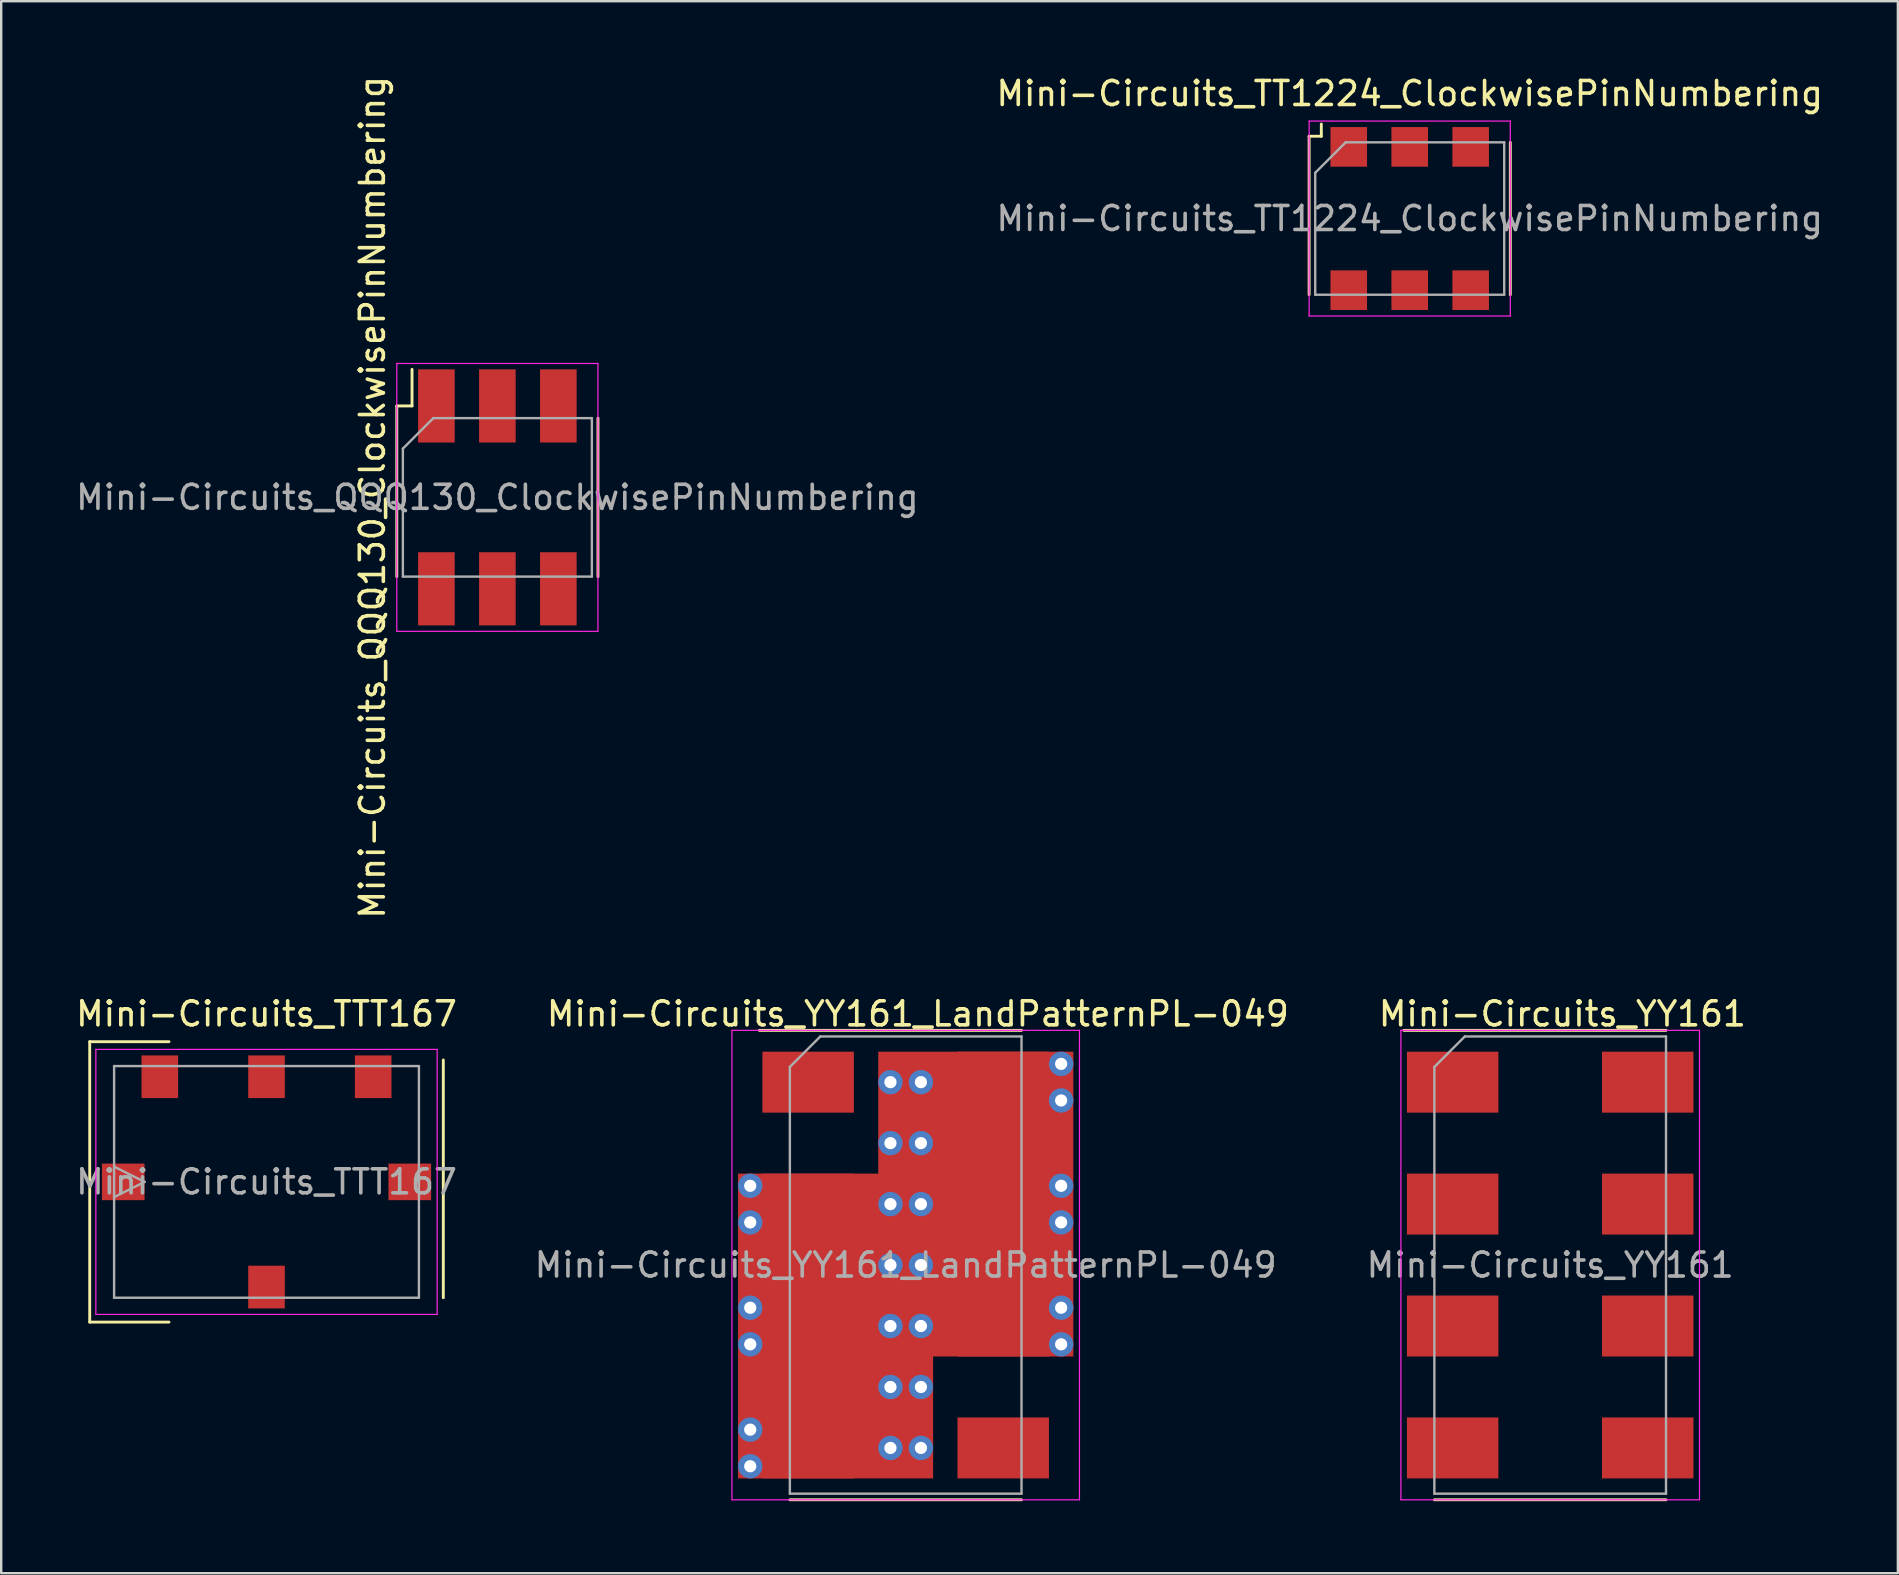
<source format=kicad_pcb>
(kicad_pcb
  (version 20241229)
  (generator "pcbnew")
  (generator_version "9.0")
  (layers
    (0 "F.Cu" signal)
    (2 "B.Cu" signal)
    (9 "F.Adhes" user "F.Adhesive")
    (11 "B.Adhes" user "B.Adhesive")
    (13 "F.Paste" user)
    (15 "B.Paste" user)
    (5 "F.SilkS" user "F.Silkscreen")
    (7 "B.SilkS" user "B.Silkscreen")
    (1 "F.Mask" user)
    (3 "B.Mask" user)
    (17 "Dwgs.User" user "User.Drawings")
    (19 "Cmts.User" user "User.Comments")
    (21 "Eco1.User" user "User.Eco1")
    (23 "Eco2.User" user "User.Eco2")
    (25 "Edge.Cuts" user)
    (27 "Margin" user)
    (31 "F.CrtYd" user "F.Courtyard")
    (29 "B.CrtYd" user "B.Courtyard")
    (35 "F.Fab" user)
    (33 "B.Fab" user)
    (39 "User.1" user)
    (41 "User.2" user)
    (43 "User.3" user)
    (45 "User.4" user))
  (footprint "Mini-Circuits_TT1224_ClockwisePinNumbering"
    (layer "F.Cu")
    (at 55.685 6.055)
    (property "Reference" "Mini-Circuits_TT1224_ClockwisePinNumbering" (at 0 -5.207 0) (layer "F.SilkS") (effects (font (size 1 1) (thickness 0.15))))
    (attr smd)
    (fp_line (start -4.191 -3.429) (end -3.683 -3.429) (stroke (width 0.12) (type solid)) (layer "F.SilkS"))
    (fp_line (start -4.191 3.175) (end -4.191 -3.429) (stroke (width 0.12) (type solid)) (layer "F.SilkS"))
    (fp_line (start -3.683 -3.429) (end -3.683 -3.937) (stroke (width 0.12) (type solid)) (layer "F.SilkS"))
    (fp_line (start 4.191 -3.175) (end 4.191 3.175) (stroke (width 0.12) (type solid)) (layer "F.SilkS"))
    (fp_line (start -4.19 -4.06) (end -4.19 4.06) (stroke (width 0.05) (type solid)) (layer "F.CrtYd"))
    (fp_line (start -4.19 -4.06) (end 4.19 -4.06) (stroke (width 0.05) (type solid)) (layer "F.CrtYd"))
    (fp_line (start 4.19 4.06) (end -4.19 4.06) (stroke (width 0.05) (type solid)) (layer "F.CrtYd"))
    (fp_line (start 4.19 4.06) (end 4.19 -4.06) (stroke (width 0.05) (type solid)) (layer "F.CrtYd"))
    (fp_line (start -3.937 3.175) (end -3.937 -1.905) (stroke (width 0.1) (type solid)) (layer "F.Fab"))
    (fp_line (start -2.667 -3.175) (end -3.937 -1.905) (stroke (width 0.1) (type solid)) (layer "F.Fab"))
    (fp_line (start -2.667 -3.175) (end 3.937 -3.175) (stroke (width 0.1) (type solid)) (layer "F.Fab"))
    (fp_line (start 3.937 3.175) (end -3.937 3.175) (stroke (width 0.1) (type solid)) (layer "F.Fab"))
    (fp_line (start 3.937 3.175) (end 3.937 -3.175) (stroke (width 0.1) (type solid)) (layer "F.Fab"))
    (fp_text user "${REFERENCE}" (at 0 0 180) (layer "F.Fab") (effects (font (size 1 1) (thickness 0.15))))
    (pad "1" smd rect (at -2.54 -2.985 270) (size 1.651 1.524) (layers "F.Cu" "F.Mask" "F.Paste"))
    (pad "2" smd rect (at 0 -2.985 270) (size 1.651 1.524) (layers "F.Cu" "F.Mask" "F.Paste"))
    (pad "3" smd rect (at 2.54 -2.985 270) (size 1.651 1.524) (layers "F.Cu" "F.Mask" "F.Paste"))
    (pad "4" smd rect (at 2.54 2.985 90) (size 1.651 1.524) (layers "F.Cu" "F.Mask" "F.Paste"))
    (pad "5" smd rect (at 0 2.985 90) (size 1.651 1.524) (layers "F.Cu" "F.Mask" "F.Paste"))
    (pad "6" smd rect (at -2.54 2.985 90) (size 1.651 1.524) (layers "F.Cu" "F.Mask" "F.Paste")))
  (footprint "Mini-Circuits_YY161"
    (layer "F.Cu")
    (at 61.538 49.658)
    (property "Reference" "Mini-Circuits_YY161" (at 0.508 -10.465 0) (layer "F.SilkS") (effects (font (size 1 1) (thickness 0.15))))
    (attr smd)
    (fp_line (start -4.826 9.779) (end 4.826 9.779) (stroke (width 0.12) (type solid)) (layer "F.SilkS"))
    (fp_line (start 4.826 -9.779) (end -6.096 -9.779) (stroke (width 0.12) (type solid)) (layer "F.SilkS"))
    (fp_line (start -6.22 -9.78) (end -6.22 9.78) (stroke (width 0.05) (type solid)) (layer "F.CrtYd"))
    (fp_line (start -6.22 -9.78) (end 6.22 -9.78) (stroke (width 0.05) (type solid)) (layer "F.CrtYd"))
    (fp_line (start 6.22 9.78) (end -6.22 9.78) (stroke (width 0.05) (type solid)) (layer "F.CrtYd"))
    (fp_line (start 6.22 9.78) (end 6.22 -9.78) (stroke (width 0.05) (type solid)) (layer "F.CrtYd"))
    (fp_line (start -4.826 -8.255) (end -4.826 9.525) (stroke (width 0.1) (type solid)) (layer "F.Fab"))
    (fp_line (start -3.556 -9.525) (end -4.826 -8.255) (stroke (width 0.1) (type solid)) (layer "F.Fab"))
    (fp_line (start 4.826 -9.525) (end -3.556 -9.525) (stroke (width 0.1) (type solid)) (layer "F.Fab"))
    (fp_line (start 4.826 9.525) (end -4.826 9.525) (stroke (width 0.1) (type solid)) (layer "F.Fab"))
    (fp_line (start 4.826 9.525) (end 4.826 -9.525) (stroke (width 0.1) (type solid)) (layer "F.Fab"))
    (fp_text user "${REFERENCE}" (at 0 0 0) (layer "F.Fab") (effects (font (size 1 1) (thickness 0.15))))
    (pad "1" smd rect (at -4.064 -7.62 270) (size 2.54 3.81) (layers "F.Cu" "F.Mask" "F.Paste"))
    (pad "2" smd rect (at 4.064 -7.62 270) (size 2.54 3.81) (layers "F.Cu" "F.Mask" "F.Paste"))
    (pad "3" smd rect (at -4.064 -2.54 270) (size 2.54 3.81) (layers "F.Cu" "F.Mask" "F.Paste"))
    (pad "4" smd rect (at 4.064 -2.54 270) (size 2.54 3.81) (layers "F.Cu" "F.Mask" "F.Paste"))
    (pad "5" smd rect (at -4.064 2.54 270) (size 2.54 3.81) (layers "F.Cu" "F.Mask" "F.Paste"))
    (pad "6" smd rect (at 4.064 2.54 270) (size 2.54 3.81) (layers "F.Cu" "F.Mask" "F.Paste"))
    (pad "7" smd rect (at -4.064 7.62 270) (size 2.54 3.81) (layers "F.Cu" "F.Mask" "F.Paste"))
    (pad "8" smd rect (at 4.064 7.62 270) (size 2.54 3.81) (layers "F.Cu" "F.Mask" "F.Paste")))
  (footprint "Mini-Circuits_TTT167"
    (layer "F.Cu")
    (at 8.054 46.193)
    (property "Reference" "Mini-Circuits_TTT167" (at 0 -7 180) (layer "F.SilkS") (effects (font (size 1 1) (thickness 0.15))))
    (attr smd)
    (fp_line (start -7.366 -5.842) (end -7.366 5.842) (stroke (width 0.12) (type solid)) (layer "F.SilkS"))
    (fp_line (start -7.366 5.842) (end -4.064 5.842) (stroke (width 0.12) (type solid)) (layer "F.SilkS"))
    (fp_line (start -4.064 -5.842) (end -7.366 -5.842) (stroke (width 0.12) (type solid)) (layer "F.SilkS"))
    (fp_line (start 7.366 4.826) (end 7.366 -5.08) (stroke (width 0.12) (type solid)) (layer "F.SilkS"))
    (fp_line (start -7.11 -5.52) (end -7.11 5.52) (stroke (width 0.05) (type solid)) (layer "F.CrtYd"))
    (fp_line (start -7.11 -5.52) (end 7.11 -5.52) (stroke (width 0.05) (type solid)) (layer "F.CrtYd"))
    (fp_line (start 7.11 5.52) (end -7.11 5.52) (stroke (width 0.05) (type solid)) (layer "F.CrtYd"))
    (fp_line (start 7.11 5.52) (end 7.11 -5.52) (stroke (width 0.05) (type solid)) (layer "F.CrtYd"))
    (fp_line (start -6.35 -4.826) (end 6.35 -4.826) (stroke (width 0.1) (type solid)) (layer "F.Fab"))
    (fp_line (start -6.35 -0.635) (end -5.08 0) (stroke (width 0.1) (type solid)) (layer "F.Fab"))
    (fp_line (start -6.35 4.826) (end -6.35 -4.826) (stroke (width 0.1) (type solid)) (layer "F.Fab"))
    (fp_line (start -5.08 0) (end -6.35 0.635) (stroke (width 0.1) (type solid)) (layer "F.Fab"))
    (fp_line (start 6.35 -4.826) (end 6.35 4.826) (stroke (width 0.1) (type solid)) (layer "F.Fab"))
    (fp_line (start 6.35 4.826) (end -6.35 4.826) (stroke (width 0.1) (type solid)) (layer "F.Fab"))
    (fp_text user "${REFERENCE}" (at 0 0 180) (layer "F.Fab") (effects (font (size 1 1) (thickness 0.15))))
    (pad "1" smd rect (at -5.969 0) (size 1.778 1.524) (layers "F.Cu" "F.Mask" "F.Paste"))
    (pad "2" smd rect (at 5.969 0 180) (size 1.778 1.524) (layers "F.Cu" "F.Mask" "F.Paste"))
    (pad "3" smd rect (at 0 -4.381 270) (size 1.778 1.524) (layers "F.Cu" "F.Mask" "F.Paste"))
    (pad "4" smd rect (at 0 4.381 90) (size 1.778 1.524) (layers "F.Cu" "F.Mask" "F.Paste"))
    (pad "5" smd rect (at 4.445 -4.381 270) (size 1.778 1.524) (layers "F.Cu" "F.Mask" "F.Paste"))
    (pad "6" smd rect (at -4.445 -4.381 270) (size 1.778 1.524) (layers "F.Cu" "F.Mask" "F.Paste")))
  (footprint "Mini-Circuits_YY161_LandPatternPL-049"
    (layer "F.Cu")
    (at 34.685 49.658)
    (property "Reference" "Mini-Circuits_YY161_LandPatternPL-049" (at 0.508 -10.465 0) (layer "F.SilkS") (effects (font (size 1 1) (thickness 0.15))))
    (attr smd)
    (fp_line (start -4.826 9.779) (end 4.826 9.779) (stroke (width 0.12) (type solid)) (layer "F.SilkS"))
    (fp_line (start 4.826 -9.779) (end -6.096 -9.779) (stroke (width 0.12) (type solid)) (layer "F.SilkS"))
    (fp_line (start -7.24 -9.78) (end -7.24 9.78) (stroke (width 0.05) (type solid)) (layer "F.CrtYd"))
    (fp_line (start -7.24 -9.78) (end 7.24 -9.78) (stroke (width 0.05) (type solid)) (layer "F.CrtYd"))
    (fp_line (start 7.24 9.78) (end -7.24 9.78) (stroke (width 0.05) (type solid)) (layer "F.CrtYd"))
    (fp_line (start 7.24 9.78) (end 7.24 -9.78) (stroke (width 0.05) (type solid)) (layer "F.CrtYd"))
    (fp_line (start -4.826 -8.255) (end -4.826 9.525) (stroke (width 0.1) (type solid)) (layer "F.Fab"))
    (fp_line (start -3.556 -9.525) (end -4.826 -8.255) (stroke (width 0.1) (type solid)) (layer "F.Fab"))
    (fp_line (start 4.826 -9.525) (end -3.556 -9.525) (stroke (width 0.1) (type solid)) (layer "F.Fab"))
    (fp_line (start 4.826 9.525) (end -4.826 9.525) (stroke (width 0.1) (type solid)) (layer "F.Fab"))
    (fp_line (start 4.826 9.525) (end 4.826 -9.525) (stroke (width 0.1) (type solid)) (layer "F.Fab"))
    (fp_text user "${REFERENCE}" (at 0 0 0) (layer "F.Fab") (effects (font (size 1 1) (thickness 0.15))))
    (pad "1" smd rect (at -4.064 -7.62 270) (size 2.54 3.81) (layers "F.Cu" "F.Mask" "F.Paste"))
    (pad "2" thru_hole circle (at -6.477 -3.302 270) (size 1.016 1.016) (drill 0.508) (layers "*.Cu"))
    (pad "2" thru_hole circle (at -6.477 -1.778 270) (size 1.016 1.016) (drill 0.508) (layers "*.Cu"))
    (pad "2" thru_hole circle (at -6.477 1.778 270) (size 1.016 1.016) (drill 0.508) (layers "*.Cu"))
    (pad "2" thru_hole circle (at -6.477 3.302 270) (size 1.016 1.016) (drill 0.508) (layers "*.Cu"))
    (pad "2" thru_hole circle (at -6.477 6.858 270) (size 1.016 1.016) (drill 0.508) (layers "*.Cu"))
    (pad "2" thru_hole circle (at -6.477 8.382 270) (size 1.016 1.016) (drill 0.508) (layers "*.Cu"))
    (pad "2" smd rect (at -2.921 2.54 270) (size 12.7 8.128) (layers "F.Cu"))
    (pad "2" thru_hole circle (at -0.635 -7.62 270) (size 1.016 1.016) (drill 0.508) (layers "*.Cu"))
    (pad "2" thru_hole circle (at -0.635 -5.08 270) (size 1.016 1.016) (drill 0.508) (layers "*.Cu"))
    (pad "2" thru_hole circle (at -0.635 -2.54 270) (size 1.016 1.016) (drill 0.508) (layers "*.Cu"))
    (pad "2" thru_hole circle (at -0.635 0 270) (size 1.016 1.016) (drill 0.508) (layers "*.Cu"))
    (pad "2" thru_hole circle (at -0.635 2.54 270) (size 1.016 1.016) (drill 0.508) (layers "*.Cu"))
    (pad "2" thru_hole circle (at -0.635 5.08 270) (size 1.016 1.016) (drill 0.508) (layers "*.Cu"))
    (pad "2" thru_hole circle (at -0.635 7.62 270) (size 1.016 1.016) (drill 0.508) (layers "*.Cu"))
    (pad "2" thru_hole circle (at 0.635 -7.62 270) (size 1.016 1.016) (drill 0.508) (layers "*.Cu"))
    (pad "2" thru_hole circle (at 0.635 -5.08 270) (size 1.016 1.016) (drill 0.508) (layers "*.Cu"))
    (pad "2" thru_hole circle (at 0.635 -2.54 270) (size 1.016 1.016) (drill 0.508) (layers "*.Cu"))
    (pad "2" thru_hole circle (at 0.635 0 270) (size 1.016 1.016) (drill 0.508) (layers "*.Cu"))
    (pad "2" thru_hole circle (at 0.635 2.54 270) (size 1.016 1.016) (drill 0.508) (layers "*.Cu"))
    (pad "2" thru_hole circle (at 0.635 5.08 270) (size 1.016 1.016) (drill 0.508) (layers "*.Cu"))
    (pad "2" thru_hole circle (at 0.635 7.62 270) (size 1.016 1.016) (drill 0.508) (layers "*.Cu"))
    (pad "2" smd rect (at 2.921 -2.54 270) (size 12.7 8.128) (layers "F.Cu"))
    (pad "2" smd rect (at 4.064 -7.62 270) (size 2.54 3.81) (layers "F.Cu" "F.Mask" "F.Paste"))
    (pad "2" thru_hole circle (at 6.477 -8.382 270) (size 1.016 1.016) (drill 0.508) (layers "*.Cu"))
    (pad "2" thru_hole circle (at 6.477 -6.858 270) (size 1.016 1.016) (drill 0.508) (layers "*.Cu"))
    (pad "2" thru_hole circle (at 6.477 -3.302 270) (size 1.016 1.016) (drill 0.508) (layers "*.Cu"))
    (pad "2" thru_hole circle (at 6.477 -1.778 270) (size 1.016 1.016) (drill 0.508) (layers "*.Cu"))
    (pad "2" thru_hole circle (at 6.477 1.778 270) (size 1.016 1.016) (drill 0.508) (layers "*.Cu"))
    (pad "2" thru_hole circle (at 6.477 3.302 270) (size 1.016 1.016) (drill 0.508) (layers "*.Cu"))
    (pad "3" smd rect (at -4.064 -2.54 270) (size 2.54 3.81) (layers "F.Cu" "F.Mask" "F.Paste"))
    (pad "4" smd rect (at 4.064 -2.54 270) (size 2.54 3.81) (layers "F.Cu" "F.Mask" "F.Paste"))
    (pad "5" smd rect (at -4.064 2.54 270) (size 2.54 3.81) (layers "F.Cu" "F.Mask" "F.Paste"))
    (pad "6" smd rect (at 4.064 2.54 270) (size 2.54 3.81) (layers "F.Cu" "F.Mask" "F.Paste"))
    (pad "7" smd rect (at -4.064 7.62 270) (size 2.54 3.81) (layers "F.Cu" "F.Mask" "F.Paste"))
    (pad "8" smd rect (at 4.064 7.62 270) (size 2.54 3.81) (layers "F.Cu" "F.Mask" "F.Paste")))
  (footprint "Mini-Circuits_QQQ130_ClockwisePinNumbering"
    (layer "F.Cu")
    (at 17.673 17.673)
    (property "Reference" "Mini-Circuits_QQQ130_ClockwisePinNumbering" (at -5.207 0 90) (layer "F.SilkS") (effects (font (size 1 1) (thickness 0.15))))
    (attr smd)
    (fp_line (start -4.191 -3.81) (end -4.191 3.302) (stroke (width 0.12) (type solid)) (layer "F.SilkS"))
    (fp_line (start -3.556 -3.81) (end -4.191 -3.81) (stroke (width 0.12) (type solid)) (layer "F.SilkS"))
    (fp_line (start -3.556 -3.81) (end -3.556 -5.334) (stroke (width 0.12) (type solid)) (layer "F.SilkS"))
    (fp_line (start 4.191 -3.302) (end 4.191 3.302) (stroke (width 0.12) (type solid)) (layer "F.SilkS"))
    (fp_line (start -4.19 5.58) (end -4.19 -5.58) (stroke (width 0.05) (type solid)) (layer "F.CrtYd"))
    (fp_line (start -4.19 5.58) (end 4.19 5.58) (stroke (width 0.05) (type solid)) (layer "F.CrtYd"))
    (fp_line (start 4.19 -5.58) (end -4.19 -5.58) (stroke (width 0.05) (type solid)) (layer "F.CrtYd"))
    (fp_line (start 4.19 -5.58) (end 4.19 5.58) (stroke (width 0.05) (type solid)) (layer "F.CrtYd"))
    (fp_line (start -3.937 3.302) (end -3.937 -2.032) (stroke (width 0.1) (type solid)) (layer "F.Fab"))
    (fp_line (start -3.937 3.302) (end 3.937 3.302) (stroke (width 0.1) (type solid)) (layer "F.Fab"))
    (fp_line (start -2.667 -3.302) (end -3.937 -2.032) (stroke (width 0.1) (type solid)) (layer "F.Fab"))
    (fp_line (start 3.937 -3.302) (end -2.667 -3.302) (stroke (width 0.1) (type solid)) (layer "F.Fab"))
    (fp_line (start 3.937 -3.302) (end 3.937 3.302) (stroke (width 0.1) (type solid)) (layer "F.Fab"))
    (fp_text user "${REFERENCE}" (at 0 0 180) (layer "F.Fab") (effects (font (size 1 1) (thickness 0.15))))
    (pad "1" smd rect (at -2.54 -3.81) (size 1.524 3.048) (layers "F.Cu" "F.Mask" "F.Paste"))
    (pad "2" smd rect (at 0 -3.81) (size 1.524 3.048) (layers "F.Cu" "F.Mask" "F.Paste"))
    (pad "3" smd rect (at 2.54 -3.81) (size 1.524 3.048) (layers "F.Cu" "F.Mask" "F.Paste"))
    (pad "4" smd rect (at 2.54 3.81) (size 1.524 3.048) (layers "F.Cu" "F.Mask" "F.Paste"))
    (pad "5" smd rect (at 0 3.81) (size 1.524 3.048) (layers "F.Cu" "F.Mask" "F.Paste"))
    (pad "6" smd rect (at -2.54 3.81) (size 1.524 3.048) (layers "F.Cu" "F.Mask" "F.Paste")))
  (gr_rect
    (start -3 -3)
    (end 76.024 62.497)
    (stroke (width 0.1) (type default))
    (fill no)
    (layer "Edge.Cuts")))
</source>
